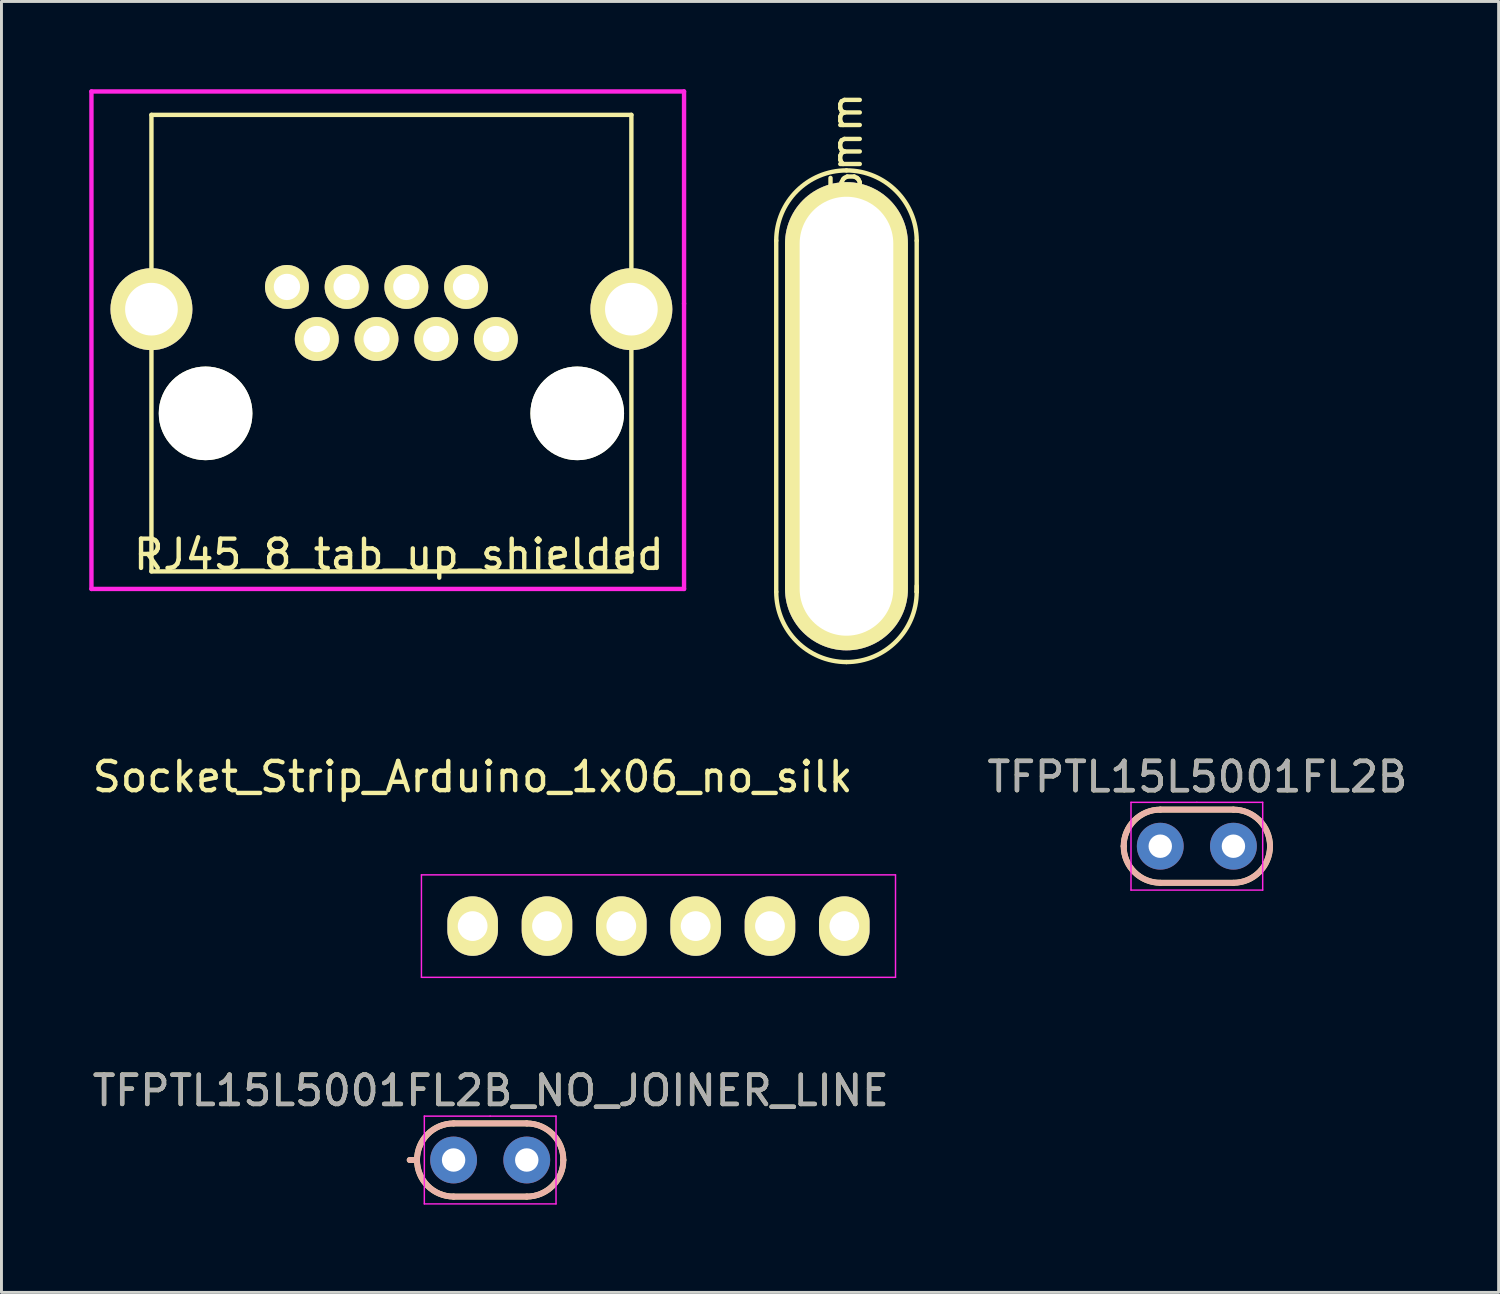
<source format=kicad_pcb>
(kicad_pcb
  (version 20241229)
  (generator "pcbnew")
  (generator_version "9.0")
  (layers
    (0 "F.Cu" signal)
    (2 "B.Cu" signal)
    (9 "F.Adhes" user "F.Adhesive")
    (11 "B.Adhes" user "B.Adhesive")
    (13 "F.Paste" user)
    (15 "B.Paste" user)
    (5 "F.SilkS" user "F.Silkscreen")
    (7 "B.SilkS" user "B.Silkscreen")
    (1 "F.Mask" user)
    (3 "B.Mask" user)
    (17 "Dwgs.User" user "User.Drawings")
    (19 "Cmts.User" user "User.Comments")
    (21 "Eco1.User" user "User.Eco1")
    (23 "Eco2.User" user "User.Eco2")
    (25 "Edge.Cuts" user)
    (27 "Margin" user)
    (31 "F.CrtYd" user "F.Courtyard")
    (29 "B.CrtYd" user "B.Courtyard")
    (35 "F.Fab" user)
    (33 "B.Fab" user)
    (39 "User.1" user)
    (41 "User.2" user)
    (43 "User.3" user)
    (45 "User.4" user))
  (footprint "‎TFPTL15L5001FL2B‎_NO_JOINER_LINE"
    (layer "F.Cu")
    (at 13.7 36.589)
    (property "Reference" "‎TFPTL15L5001FL2B‎_NO_JOINER_LINE" (at 0.02 -2.37 0) (layer "F.SilkS") (effects (font (size 1 1) (thickness 0.15))))
    (attr through_hole)
    (fp_line (start -2.5 0) (end -2.75 0) (stroke (width 0.2) (type solid)) (layer "F.SilkS"))
    (fp_line (start -1.25 -1.25) (end 1.25 -1.25) (stroke (width 0.2) (type solid)) (layer "F.SilkS"))
    (fp_line (start 1.25 1.25) (end -1.25 1.25) (stroke (width 0.2) (type solid)) (layer "F.SilkS"))
    (fp_arc (start -2.5 0) (mid -2.133883 -0.883883) (end -1.25 -1.25) (stroke (width 0.2) (type solid)) (layer "F.SilkS"))
    (fp_arc (start -1.25 1.25) (mid -2.133883 0.883883) (end -2.5 0) (stroke (width 0.2) (type solid)) (layer "F.SilkS"))
    (fp_arc (start 1.25 -1.25) (mid 2.133883 -0.883883) (end 2.5 0) (stroke (width 0.2) (type solid)) (layer "F.SilkS"))
    (fp_arc (start 2.5 0) (mid 2.133883 0.883883) (end 1.25 1.25) (stroke (width 0.2) (type solid)) (layer "F.SilkS"))
    (fp_line (start -2.5 0) (end -2.75 0) (stroke (width 0.2) (type solid)) (layer "B.SilkS"))
    (fp_line (start -1.25 -1.25) (end 1.25 -1.25) (stroke (width 0.2) (type solid)) (layer "B.SilkS"))
    (fp_line (start 1.25 1.25) (end -1.25 1.25) (stroke (width 0.2) (type solid)) (layer "B.SilkS"))
    (fp_arc (start -2.5 0) (mid -2.133883 -0.883883) (end -1.25 -1.25) (stroke (width 0.2) (type solid)) (layer "B.SilkS"))
    (fp_arc (start -1.25 1.25) (mid -2.133883 0.883883) (end -2.5 0) (stroke (width 0.2) (type solid)) (layer "B.SilkS"))
    (fp_arc (start 1.25 -1.25) (mid 2.133883 -0.883883) (end 2.5 0) (stroke (width 0.2) (type solid)) (layer "B.SilkS"))
    (fp_arc (start 2.5 0) (mid 2.133883 0.883883) (end 1.25 1.25) (stroke (width 0.2) (type solid)) (layer "B.SilkS"))
    (fp_line (start -2.25 -1.5) (end 0 -1.5) (stroke (width 0.05) (type solid)) (layer "F.CrtYd"))
    (fp_line (start -2.25 1.5) (end -2.25 -1.5) (stroke (width 0.05) (type solid)) (layer "F.CrtYd"))
    (fp_line (start 0 -1.5) (end 2.25 -1.5) (stroke (width 0.05) (type solid)) (layer "F.CrtYd"))
    (fp_line (start 2.25 -1.5) (end 2.25 1.5) (stroke (width 0.05) (type solid)) (layer "F.CrtYd"))
    (fp_line (start 2.25 1.5) (end -2.25 1.5) (stroke (width 0.05) (type solid)) (layer "F.CrtYd"))
    (fp_text user "${REFERENCE}" (at 0.02 -2.37 0) (layer "F.Fab") (effects (font (size 1 1) (thickness 0.15))))
    (pad "1" thru_hole circle (at -1.25 0) (size 1.6 1.6) (drill 0.8) (layers "*.Cu" "*.Mask"))
    (pad "2" thru_hole oval (at 1.25 0) (size 1.6 1.6) (drill 0.8) (layers "*.Cu" "*.Mask")))
  (footprint "Socket_Strip_Arduino_1x06_no_silk"
    (layer "F.Cu")
    (at 13.101 28.596)
    (property "Reference" "Socket_Strip_Arduino_1x06_no_silk" (at 0 -5.1 0) (layer "F.SilkS") (effects (font (size 1 1) (thickness 0.15))))
    (attr through_hole)
    (fp_line (start -1.75 -1.75) (end -1.75 1.75) (stroke (width 0.05) (type solid)) (layer "F.CrtYd"))
    (fp_line (start -1.75 -1.75) (end 14.45 -1.75) (stroke (width 0.05) (type solid)) (layer "F.CrtYd"))
    (fp_line (start -1.75 1.75) (end 14.45 1.75) (stroke (width 0.05) (type solid)) (layer "F.CrtYd"))
    (fp_line (start 14.45 -1.75) (end 14.45 1.75) (stroke (width 0.05) (type solid)) (layer "F.CrtYd"))
    (pad "1" thru_hole oval (at 0 0) (size 1.727 2.032) (drill 1.016) (layers "*.Cu" "*.Mask" "F.SilkS"))
    (pad "2" thru_hole oval (at 2.54 0) (size 1.727 2.032) (drill 1.016) (layers "*.Cu" "*.Mask" "F.SilkS"))
    (pad "3" thru_hole oval (at 5.08 0) (size 1.727 2.032) (drill 1.016) (layers "*.Cu" "*.Mask" "F.SilkS"))
    (pad "4" thru_hole oval (at 7.62 0) (size 1.727 2.032) (drill 1.016) (layers "*.Cu" "*.Mask" "F.SilkS"))
    (pad "5" thru_hole oval (at 10.16 0) (size 1.727 2.032) (drill 1.016) (layers "*.Cu" "*.Mask" "F.SilkS"))
    (pad "6" thru_hole oval (at 12.7 0) (size 1.727 2.032) (drill 1.016) (layers "*.Cu" "*.Mask" "F.SilkS")))
  (footprint "RJ45_8_tab_up_shielded"
    (layer "F.Cu")
    (at 10.325 11.075)
    (property "Reference" "RJ45_8_tab_up_shielded" (at 0.254 4.826 0) (layer "F.SilkS") (effects (font (size 1 1) (thickness 0.15))))
    (attr through_hole)
    (fp_line (start -8.2 -10.2) (end 8.2 -10.2) (stroke (width 0.15) (type solid)) (layer "F.SilkS"))
    (fp_line (start -8.2 5.4) (end -8.2 -10.2) (stroke (width 0.15) (type solid)) (layer "F.SilkS"))
    (fp_line (start 8.2 -10.2) (end 8.2 5.4) (stroke (width 0.15) (type solid)) (layer "F.SilkS"))
    (fp_line (start 8.2 5.4) (end -8.2 5.4) (stroke (width 0.15) (type solid)) (layer "F.SilkS"))
    (fp_line (start -10.25 -11) (end 10 -11) (stroke (width 0.15) (type solid)) (layer "F.CrtYd"))
    (fp_line (start -10.25 6) (end -10.25 -11) (stroke (width 0.15) (type solid)) (layer "F.CrtYd"))
    (fp_line (start 10 -11) (end 10 -3.75) (stroke (width 0.15) (type solid)) (layer "F.CrtYd"))
    (fp_line (start 10 -3.75) (end 10 6) (stroke (width 0.15) (type solid)) (layer "F.CrtYd"))
    (fp_line (start 10 6) (end -10.25 6) (stroke (width 0.15) (type solid)) (layer "F.CrtYd"))
    (pad "" np_thru_hole circle (at -6.35 0) (size 3.2 3.2) (drill 3.2) (layers "*.Cu" "*.Mask" "F.SilkS"))
    (pad "" np_thru_hole circle (at 6.35 0) (size 3.2 3.2) (drill 3.2) (layers "*.Cu" "*.Mask" "F.SilkS"))
    (pad "1" thru_hole circle (at 3.57 -2.54) (size 1.5 1.5) (drill 0.9) (layers "*.Cu" "*.Mask" "F.SilkS"))
    (pad "2" thru_hole circle (at 2.55 -4.32) (size 1.5 1.5) (drill 0.9) (layers "*.Cu" "*.Mask" "F.SilkS"))
    (pad "3" thru_hole circle (at 1.53 -2.54) (size 1.5 1.5) (drill 0.9) (layers "*.Cu" "*.Mask" "F.SilkS"))
    (pad "4" thru_hole circle (at 0.51 -4.32) (size 1.5 1.5) (drill 0.9) (layers "*.Cu" "*.Mask" "F.SilkS"))
    (pad "5" thru_hole circle (at -0.51 -2.54) (size 1.5 1.5) (drill 0.9) (layers "*.Cu" "*.Mask" "F.SilkS"))
    (pad "6" thru_hole circle (at -1.53 -4.32) (size 1.5 1.5) (drill 0.9) (layers "*.Cu" "*.Mask" "F.SilkS"))
    (pad "7" thru_hole circle (at -2.55 -2.54) (size 1.5 1.5) (drill 0.9) (layers "*.Cu" "*.Mask" "F.SilkS"))
    (pad "8" thru_hole circle (at -3.57 -4.32) (size 1.5 1.5) (drill 0.9) (layers "*.Cu" "*.Mask" "F.SilkS"))
    (pad "9" thru_hole circle (at -8.2 -3.56) (size 2.8 2.8) (drill 1.8) (layers "*.Cu" "*.Mask" "F.SilkS"))
    (pad "9" thru_hole circle (at 8.2 -3.56) (size 2.8 2.8) (drill 1.8) (layers "*.Cu" "*.Mask" "F.SilkS")))
  (footprint "‎TFPTL15L5001FL2B‎"
    (layer "F.Cu")
    (at 37.848 25.866)
    (property "Reference" "‎TFPTL15L5001FL2B‎" (at 0.02 -2.37 0) (layer "F.SilkS") (effects (font (size 1 1) (thickness 0.15))))
    (attr through_hole)
    (fp_line (start -1.25 -1.25) (end 1.25 -1.25) (stroke (width 0.2) (type solid)) (layer "F.SilkS"))
    (fp_line (start 1.25 1.25) (end -1.25 1.25) (stroke (width 0.2) (type solid)) (layer "F.SilkS"))
    (fp_arc (start -2.5 0) (mid -2.133883 -0.883883) (end -1.25 -1.25) (stroke (width 0.2) (type solid)) (layer "F.SilkS"))
    (fp_arc (start -1.25 1.25) (mid -2.133883 0.883883) (end -2.5 0) (stroke (width 0.2) (type solid)) (layer "F.SilkS"))
    (fp_arc (start 1.25 -1.25) (mid 2.133883 -0.883883) (end 2.5 0) (stroke (width 0.2) (type solid)) (layer "F.SilkS"))
    (fp_arc (start 2.5 0) (mid 2.133883 0.883883) (end 1.25 1.25) (stroke (width 0.2) (type solid)) (layer "F.SilkS"))
    (fp_line (start -1.25 -1.25) (end 1.25 -1.25) (stroke (width 0.2) (type solid)) (layer "B.SilkS"))
    (fp_line (start 1.25 1.25) (end -1.25 1.25) (stroke (width 0.2) (type solid)) (layer "B.SilkS"))
    (fp_arc (start -2.5 0) (mid -2.133883 -0.883883) (end -1.25 -1.25) (stroke (width 0.2) (type solid)) (layer "B.SilkS"))
    (fp_arc (start -1.25 1.25) (mid -2.133883 0.883883) (end -2.5 0) (stroke (width 0.2) (type solid)) (layer "B.SilkS"))
    (fp_arc (start 1.25 -1.25) (mid 2.133883 -0.883883) (end 2.5 0) (stroke (width 0.2) (type solid)) (layer "B.SilkS"))
    (fp_arc (start 2.5 0) (mid 2.133883 0.883883) (end 1.25 1.25) (stroke (width 0.2) (type solid)) (layer "B.SilkS"))
    (fp_line (start -2.25 -1.5) (end 0 -1.5) (stroke (width 0.05) (type solid)) (layer "F.CrtYd"))
    (fp_line (start -2.25 1.5) (end -2.25 -1.5) (stroke (width 0.05) (type solid)) (layer "F.CrtYd"))
    (fp_line (start 0 -1.5) (end 2.25 -1.5) (stroke (width 0.05) (type solid)) (layer "F.CrtYd"))
    (fp_line (start 2.25 -1.5) (end 2.25 1.5) (stroke (width 0.05) (type solid)) (layer "F.CrtYd"))
    (fp_line (start 2.25 1.5) (end -2.25 1.5) (stroke (width 0.05) (type solid)) (layer "F.CrtYd"))
    (fp_text user "${REFERENCE}" (at 0.02 -2.37 0) (layer "F.Fab") (effects (font (size 1 1) (thickness 0.15))))
    (pad "1" thru_hole circle (at -1.25 0) (size 1.6 1.6) (drill 0.8) (layers "*.Cu" "*.Mask"))
    (pad "2" thru_hole oval (at 1.25 0) (size 1.6 1.6) (drill 0.8) (layers "*.Cu" "*.Mask")))
  (footprint "slot_3mm_x_15mm"
    (layer "F.Cu")
    (at 25.875 11.173)
    (property "Reference" "slot_3mm_x_15mm" (at 0 -4 90) (layer "F.SilkS") (effects (font (size 1 1) (thickness 0.15))))
    (attr through_hole)
    (fp_line (start -2.4 -6) (end -2.4 6) (stroke (width 0.15) (type solid)) (layer "F.SilkS"))
    (fp_line (start 2.4 -6) (end 2.4 6) (stroke (width 0.15) (type solid)) (layer "F.SilkS"))
    (fp_line (start 2.4 6) (end 2.4 5.8) (stroke (width 0.15) (type solid)) (layer "F.SilkS"))
    (fp_arc (start -2.4 -6) (mid -1.697056 -7.697056) (end 0 -8.4) (stroke (width 0.15) (type solid)) (layer "F.SilkS"))
    (fp_arc (start 0 -8.4) (mid 1.697056 -7.697056) (end 2.4 -6) (stroke (width 0.15) (type solid)) (layer "F.SilkS"))
    (fp_arc (start 0 8.4) (mid -1.697056 7.697056) (end -2.4 6) (stroke (width 0.15) (type solid)) (layer "F.SilkS"))
    (fp_arc (start 2.4 6) (mid 1.697056 7.697056) (end 0 8.4) (stroke (width 0.15) (type solid)) (layer "F.SilkS"))
    (pad "1" thru_hole oval (at 0 0) (size 4.2 16) (drill oval 3.2 15) (layers "*.Cu" "*.Mask" "F.SilkS")))
  (gr_rect
    (start -3 -3)
    (end 48.16 41.114)
    (stroke (width 0.1) (type default))
    (fill no)
    (layer "Edge.Cuts")))
</source>
